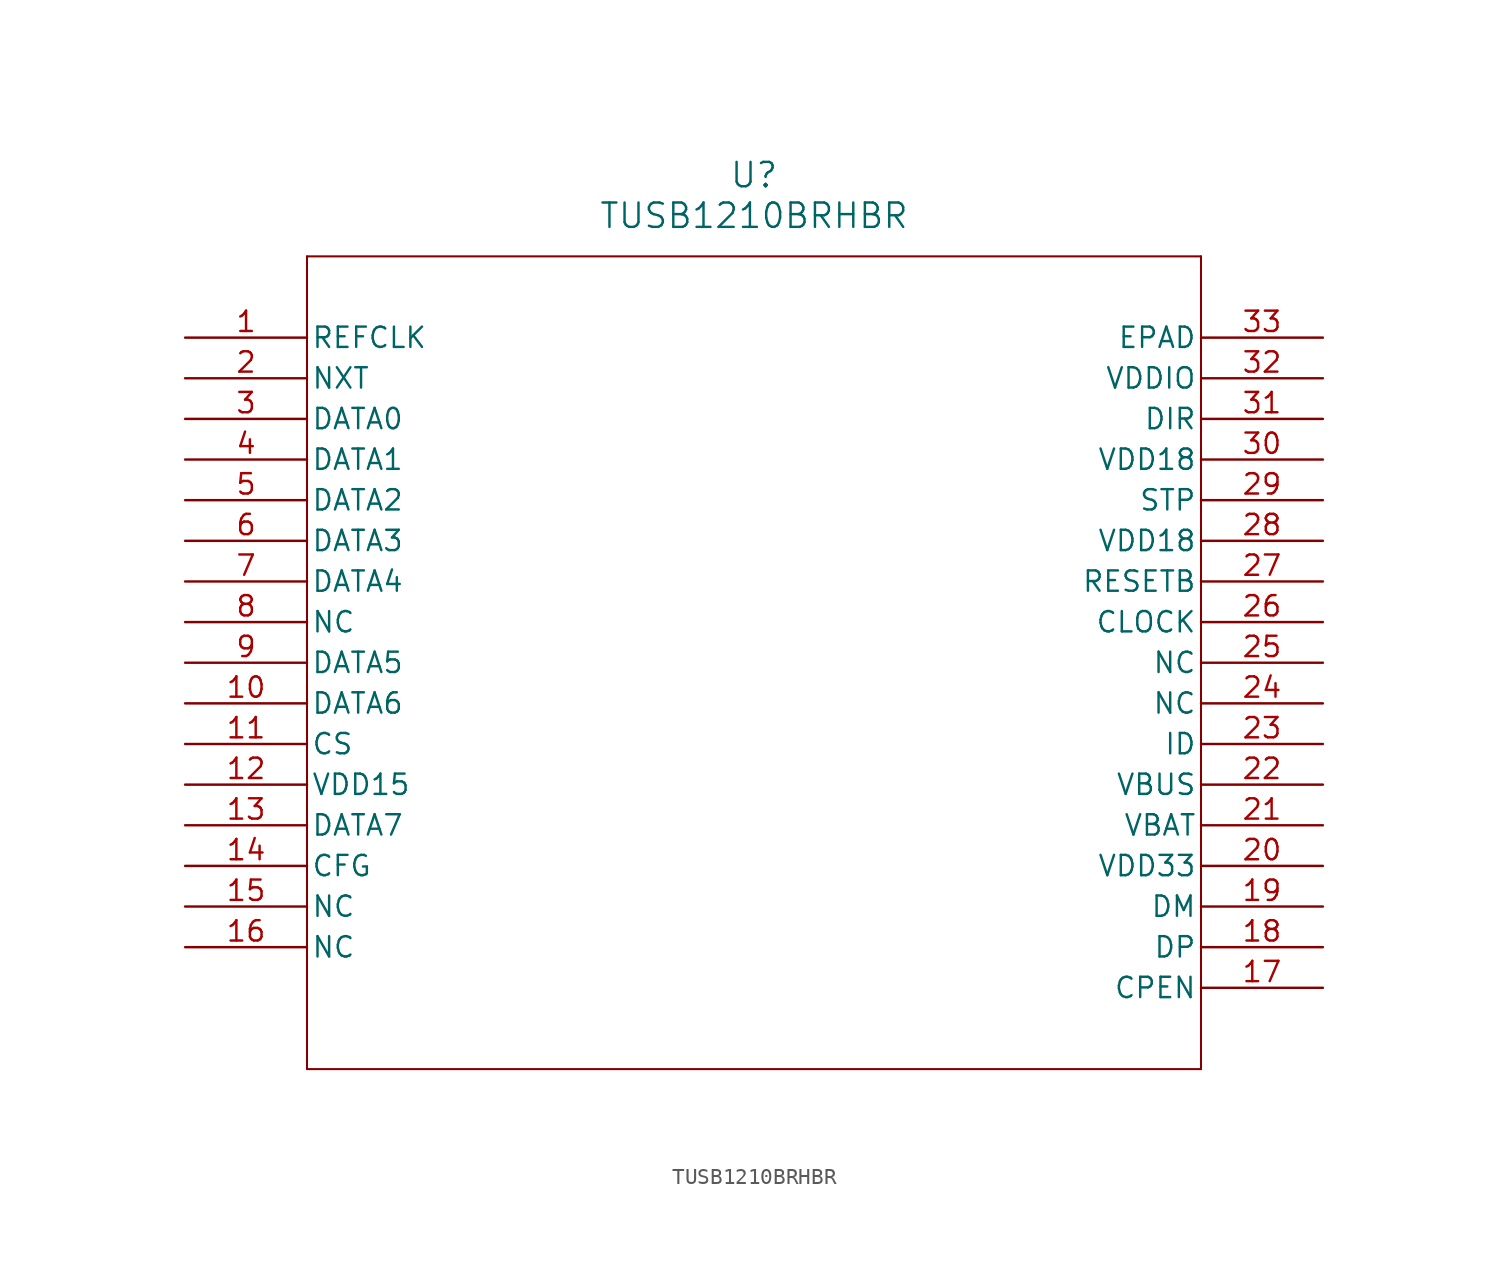
<source format=kicad_sym>
(kicad_symbol_lib
  (version 20211014)
  (generator kicad_symbol_editor)
  (symbol "TUSB1210BRHBR"
    (pin_names
      (offset 0.254))
    (property "Reference" "U"
      (at 35.56 10.16 0)
      (effects (font (size 1.524 1.524))))
    (property "Value" "TUSB1210BRHBR"
      (at 35.56 7.62 0)
      (effects (font (size 1.524 1.524))))
    (symbol "TUSB1210BRHBR_0_1"
      (polyline (pts (xy 7.62 5.08) (xy 7.62 -45.72)) (stroke (width 0.127) (type default) (color 0 0 0 0)) (fill (type none)))
      (polyline (pts (xy 7.62 -45.72) (xy 63.5 -45.72)) (stroke (width 0.127) (type default) (color 0 0 0 0)) (fill (type none)))
      (polyline (pts (xy 63.5 -45.72) (xy 63.5 5.08)) (stroke (width 0.127) (type default) (color 0 0 0 0)) (fill (type none)))
      (polyline (pts (xy 63.5 5.08) (xy 7.62 5.08)) (stroke (width 0.127) (type default) (color 0 0 0 0)) (fill (type none)))
      (pin input line (at 0 0 0) (length 7.62) (name "REFCLK" (effects (font (size 1.27 1.27)))) (number "1" (effects (font (size 1.27 1.27)))))
      (pin output line (at 0 -2.54 0) (length 7.62) (name "NXT" (effects (font (size 1.27 1.27)))) (number "2" (effects (font (size 1.27 1.27)))))
      (pin bidirectional line (at 0 -5.08 0) (length 7.62) (name "DATA0" (effects (font (size 1.27 1.27)))) (number "3" (effects (font (size 1.27 1.27)))))
      (pin bidirectional line (at 0 -7.62 0) (length 7.62) (name "DATA1" (effects (font (size 1.27 1.27)))) (number "4" (effects (font (size 1.27 1.27)))))
      (pin bidirectional line (at 0 -10.16 0) (length 7.62) (name "DATA2" (effects (font (size 1.27 1.27)))) (number "5" (effects (font (size 1.27 1.27)))))
      (pin bidirectional line (at 0 -12.7 0) (length 7.62) (name "DATA3" (effects (font (size 1.27 1.27)))) (number "6" (effects (font (size 1.27 1.27)))))
      (pin bidirectional line (at 0 -15.24 0) (length 7.62) (name "DATA4" (effects (font (size 1.27 1.27)))) (number "7" (effects (font (size 1.27 1.27)))))
      (pin unspecified line (at 0 -17.78 0) (length 7.62) (name "NC" (effects (font (size 1.27 1.27)))) (number "8" (effects (font (size 1.27 1.27)))))
      (pin bidirectional line (at 0 -20.32 0) (length 7.62) (name "DATA5" (effects (font (size 1.27 1.27)))) (number "9" (effects (font (size 1.27 1.27)))))
      (pin bidirectional line (at 0 -22.86 0) (length 7.62) (name "DATA6" (effects (font (size 1.27 1.27)))) (number "10" (effects (font (size 1.27 1.27)))))
      (pin input line (at 0 -25.4 0) (length 7.62) (name "CS" (effects (font (size 1.27 1.27)))) (number "11" (effects (font (size 1.27 1.27)))))
      (pin power_in line (at 0 -27.94 0) (length 7.62) (name "VDD15" (effects (font (size 1.27 1.27)))) (number "12" (effects (font (size 1.27 1.27)))))
      (pin bidirectional line (at 0 -30.48 0) (length 7.62) (name "DATA7" (effects (font (size 1.27 1.27)))) (number "13" (effects (font (size 1.27 1.27)))))
      (pin input line (at 0 -33.02 0) (length 7.62) (name "CFG" (effects (font (size 1.27 1.27)))) (number "14" (effects (font (size 1.27 1.27)))))
      (pin unspecified line (at 0 -35.56 0) (length 7.62) (name "NC" (effects (font (size 1.27 1.27)))) (number "15" (effects (font (size 1.27 1.27)))))
      (pin unspecified line (at 0 -38.1 0) (length 7.62) (name "NC" (effects (font (size 1.27 1.27)))) (number "16" (effects (font (size 1.27 1.27)))))
      (pin output line (at 71.12 -40.64 180) (length 7.62) (name "CPEN" (effects (font (size 1.27 1.27)))) (number "17" (effects (font (size 1.27 1.27)))))
      (pin bidirectional line (at 71.12 -38.1 180) (length 7.62) (name "DP" (effects (font (size 1.27 1.27)))) (number "18" (effects (font (size 1.27 1.27)))))
      (pin bidirectional line (at 71.12 -35.56 180) (length 7.62) (name "DM" (effects (font (size 1.27 1.27)))) (number "19" (effects (font (size 1.27 1.27)))))
      (pin power_in line (at 71.12 -33.02 180) (length 7.62) (name "VDD33" (effects (font (size 1.27 1.27)))) (number "20" (effects (font (size 1.27 1.27)))))
      (pin power_in line (at 71.12 -30.48 180) (length 7.62) (name "VBAT" (effects (font (size 1.27 1.27)))) (number "21" (effects (font (size 1.27 1.27)))))
      (pin power_in line (at 71.12 -27.94 180) (length 7.62) (name "VBUS" (effects (font (size 1.27 1.27)))) (number "22" (effects (font (size 1.27 1.27)))))
      (pin bidirectional line (at 71.12 -25.4 180) (length 7.62) (name "ID" (effects (font (size 1.27 1.27)))) (number "23" (effects (font (size 1.27 1.27)))))
      (pin unspecified line (at 71.12 -22.86 180) (length 7.62) (name "NC" (effects (font (size 1.27 1.27)))) (number "24" (effects (font (size 1.27 1.27)))))
      (pin unspecified line (at 71.12 -20.32 180) (length 7.62) (name "NC" (effects (font (size 1.27 1.27)))) (number "25" (effects (font (size 1.27 1.27)))))
      (pin output line (at 71.12 -17.78 180) (length 7.62) (name "CLOCK" (effects (font (size 1.27 1.27)))) (number "26" (effects (font (size 1.27 1.27)))))
      (pin input line (at 71.12 -15.24 180) (length 7.62) (name "RESETB" (effects (font (size 1.27 1.27)))) (number "27" (effects (font (size 1.27 1.27)))))
      (pin power_in line (at 71.12 -12.7 180) (length 7.62) (name "VDD18" (effects (font (size 1.27 1.27)))) (number "28" (effects (font (size 1.27 1.27)))))
      (pin input line (at 71.12 -10.16 180) (length 7.62) (name "STP" (effects (font (size 1.27 1.27)))) (number "29" (effects (font (size 1.27 1.27)))))
      (pin power_in line (at 71.12 -7.62 180) (length 7.62) (name "VDD18" (effects (font (size 1.27 1.27)))) (number "30" (effects (font (size 1.27 1.27)))))
      (pin output line (at 71.12 -5.08 180) (length 7.62) (name "DIR" (effects (font (size 1.27 1.27)))) (number "31" (effects (font (size 1.27 1.27)))))
      (pin power_in line (at 71.12 -2.54 180) (length 7.62) (name "VDDIO" (effects (font (size 1.27 1.27)))) (number "32" (effects (font (size 1.27 1.27)))))
      (pin unspecified line (at 71.12 0 180) (length 7.62) (name "EPAD" (effects (font (size 1.27 1.27)))) (number "33" (effects (font (size 1.27 1.27))))))))
</source>
